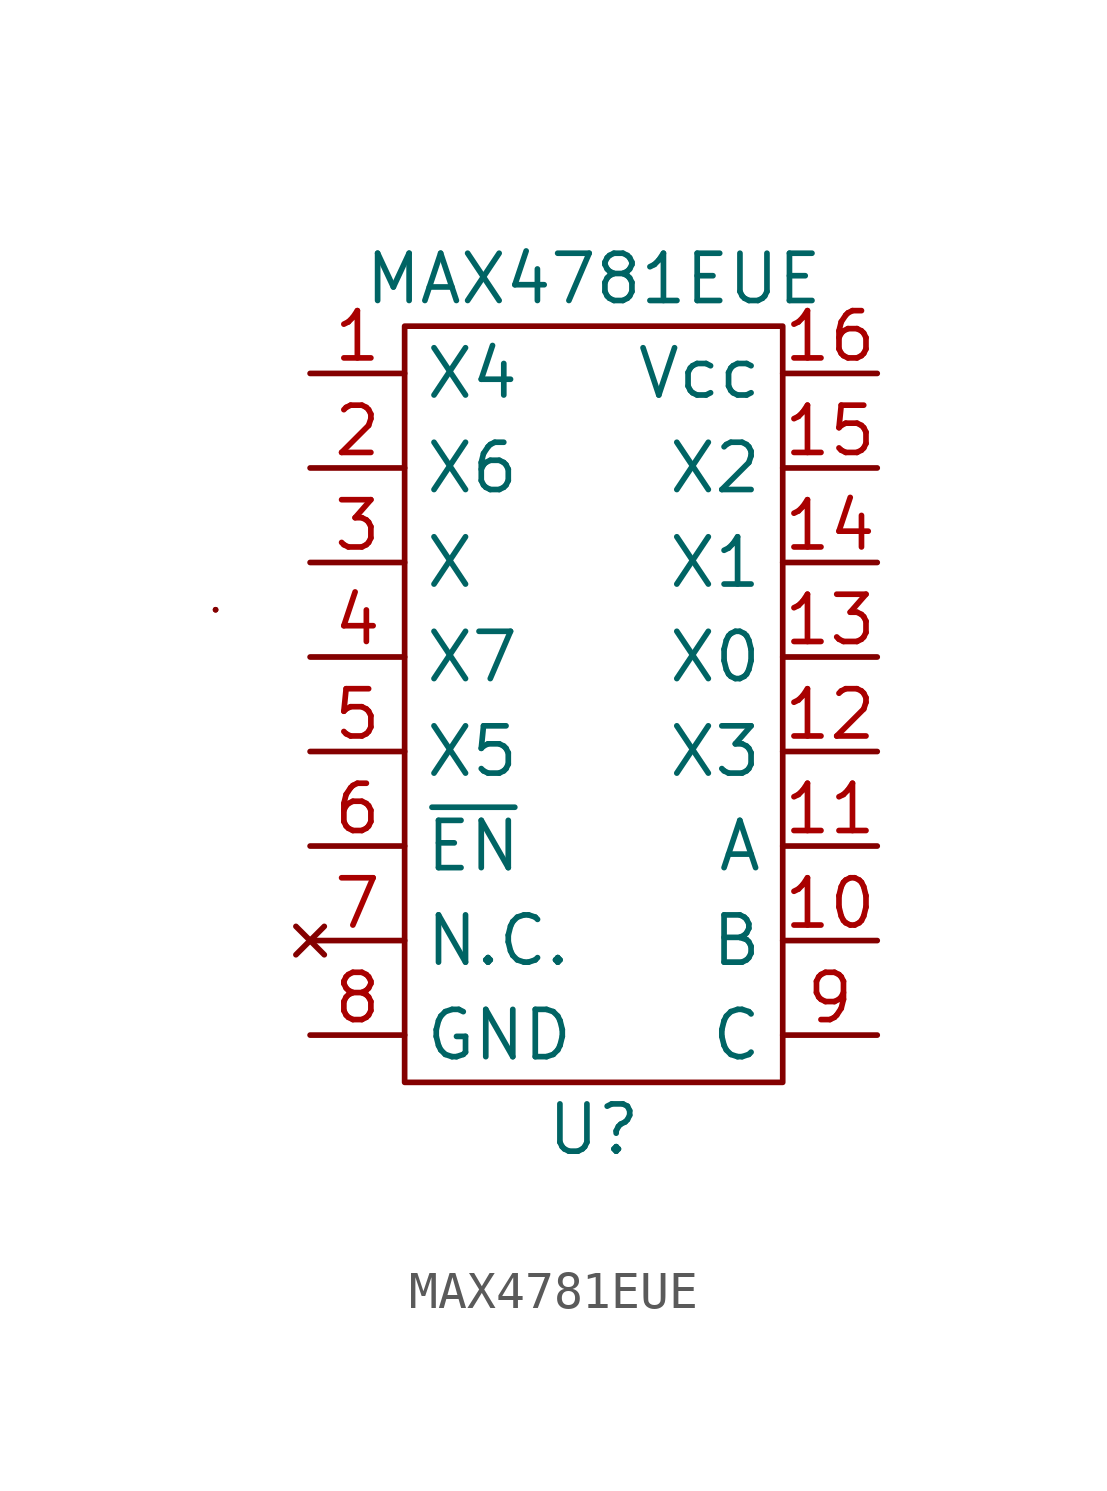
<source format=kicad_sym>
(kicad_symbol_lib
  (version 20211014)
  (generator kicad_symbol_editor)
  (symbol "MAX4781EUE"
    (property "Reference" "U"
      (at 0 -11.43 0)
      (effects (font (size 1.27 1.27))))
    (property "Value" "MAX4781EUE"
      (at 0 11.43 0)
      (effects (font (size 1.27 1.27))))
    (symbol "MAX4781EUE_0_1"
      (rectangle (start -10.16 2.54) (end -10.16 2.54) (stroke (width 0) (type default) (color 0 0 0 0)) (fill (type none)))
      (rectangle (start -10.16 2.54) (end -10.16 2.54) (stroke (width 0) (type default) (color 0 0 0 0)) (fill (type none)))
      (rectangle (start -5.08 10.16) (end 5.08 -10.16) (stroke (width 0) (type default) (color 0 0 0 0)) (fill (type none))))
    (symbol "MAX4781EUE_1_1"
      (pin input line (at -7.62 8.89 0) (length 2.54) (name "X4" (effects (font (size 1.27 1.27)))) (number "1" (effects (font (size 1.27 1.27)))))
      (pin input line (at 7.62 -6.35 180) (length 2.54) (name "B" (effects (font (size 1.27 1.27)))) (number "10" (effects (font (size 1.27 1.27)))))
      (pin input line (at 7.62 -3.81 180) (length 2.54) (name "A" (effects (font (size 1.27 1.27)))) (number "11" (effects (font (size 1.27 1.27)))))
      (pin input line (at 7.62 -1.27 180) (length 2.54) (name "X3" (effects (font (size 1.27 1.27)))) (number "12" (effects (font (size 1.27 1.27)))))
      (pin input line (at 7.62 1.27 180) (length 2.54) (name "X0" (effects (font (size 1.27 1.27)))) (number "13" (effects (font (size 1.27 1.27)))))
      (pin input line (at 7.62 3.81 180) (length 2.54) (name "X1" (effects (font (size 1.27 1.27)))) (number "14" (effects (font (size 1.27 1.27)))))
      (pin input line (at 7.62 6.35 180) (length 2.54) (name "X2" (effects (font (size 1.27 1.27)))) (number "15" (effects (font (size 1.27 1.27)))))
      (pin input line (at 7.62 8.89 180) (length 2.54) (name "Vcc" (effects (font (size 1.27 1.27)))) (number "16" (effects (font (size 1.27 1.27)))))
      (pin input line (at -7.62 6.35 0) (length 2.54) (name "X6" (effects (font (size 1.27 1.27)))) (number "2" (effects (font (size 1.27 1.27)))))
      (pin input line (at -7.62 3.81 0) (length 2.54) (name "X" (effects (font (size 1.27 1.27)))) (number "3" (effects (font (size 1.27 1.27)))))
      (pin input line (at -7.62 1.27 0) (length 2.54) (name "X7" (effects (font (size 1.27 1.27)))) (number "4" (effects (font (size 1.27 1.27)))))
      (pin input line (at -7.62 -1.27 0) (length 2.54) (name "X5" (effects (font (size 1.27 1.27)))) (number "5" (effects (font (size 1.27 1.27)))))
      (pin input line (at -7.62 -3.81 0) (length 2.54) (name "~{EN}" (effects (font (size 1.27 1.27)))) (number "6" (effects (font (size 1.27 1.27)))))
      (pin no_connect line (at -7.62 -6.35 0) (length 2.54) (name "N.C." (effects (font (size 1.27 1.27)))) (number "7" (effects (font (size 1.27 1.27)))))
      (pin input line (at -7.62 -8.89 0) (length 2.54) (name "GND" (effects (font (size 1.27 1.27)))) (number "8" (effects (font (size 1.27 1.27)))))
      (pin input line (at 7.62 -8.89 180) (length 2.54) (name "C" (effects (font (size 1.27 1.27)))) (number "9" (effects (font (size 1.27 1.27))))))))
</source>
